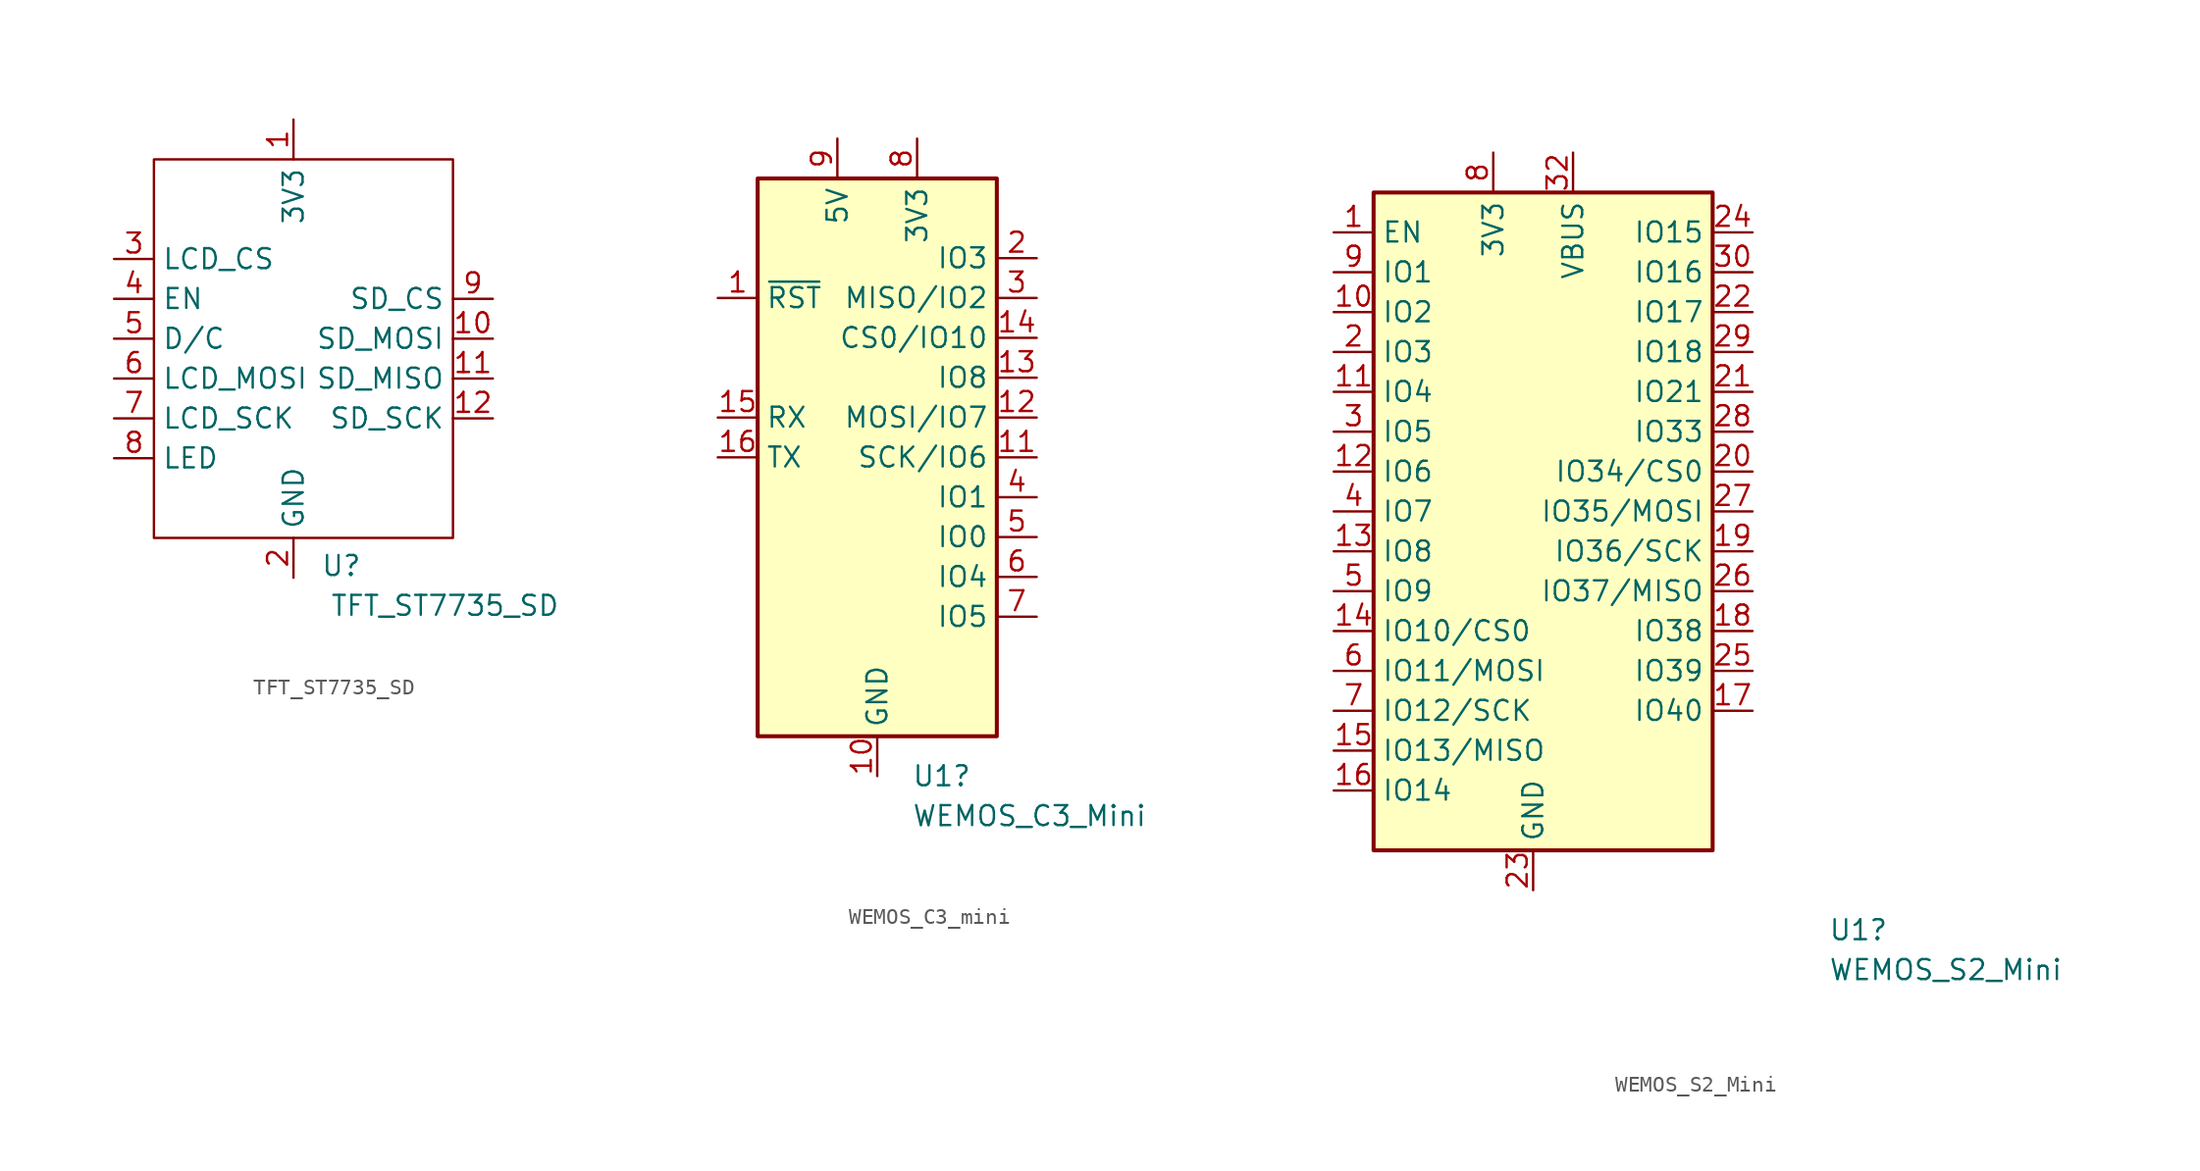
<source format=kicad_sym>
(kicad_symbol_lib
  (version 20240819)
  (generator "kicad_symbol_editor")
  (generator_version "8.99")
  (symbol "TFT_ST7735_SD"
    (property "Reference" "U"
      (at 6.858 -15.748 0)
      (effects (font (size 1.27 1.27))))
    (property "Value" "TFT_ST7735_SD"
      (at 13.462 -18.288 0)
      (effects (font (size 1.27 1.27))))
    (symbol "TFT_ST7735_SD_0_1"
      (rectangle (start -5.08 10.16) (end 13.97 -13.97) (stroke (width 0) (type default)) (fill (type none))))
    (symbol "TFT_ST7735_SD_1_1"
      (pin input line (at -7.62 3.81 0) (length 2.54) (name "LCD_CS" (effects (font (size 1.27 1.27)))) (number "3" (effects (font (size 1.27 1.27)))))
      (pin input line (at -7.62 1.27 0) (length 2.54) (name "EN" (effects (font (size 1.27 1.27)))) (number "4" (effects (font (size 1.27 1.27)))))
      (pin input line (at -7.62 -1.27 0) (length 2.54) (name "D/C" (effects (font (size 1.27 1.27)))) (number "5" (effects (font (size 1.27 1.27)))))
      (pin input line (at -7.62 -3.81 0) (length 2.54) (name "LCD_MOSI" (effects (font (size 1.27 1.27)))) (number "6" (effects (font (size 1.27 1.27)))))
      (pin input line (at -7.62 -6.35 0) (length 2.54) (name "LCD_SCK" (effects (font (size 1.27 1.27)))) (number "7" (effects (font (size 1.27 1.27)))))
      (pin power_in line (at -7.62 -8.89 0) (length 2.54) (name "LED" (effects (font (size 1.27 1.27)))) (number "8" (effects (font (size 1.27 1.27)))))
      (pin power_in line (at 3.81 12.7 270) (length 2.54) (name "3V3" (effects (font (size 1.27 1.27)))) (number "1" (effects (font (size 1.27 1.27)))))
      (pin power_in line (at 3.81 -16.51 90) (length 2.54) (name "GND" (effects (font (size 1.27 1.27)))) (number "2" (effects (font (size 1.27 1.27)))))
      (pin input line (at 16.51 1.27 180) (length 2.54) (name "SD_CS" (effects (font (size 1.27 1.27)))) (number "9" (effects (font (size 1.27 1.27)))))
      (pin input line (at 16.51 -1.27 180) (length 2.54) (name "SD_MOSI" (effects (font (size 1.27 1.27)))) (number "10" (effects (font (size 1.27 1.27)))))
      (pin output line (at 16.51 -3.81 180) (length 2.54) (name "SD_MISO" (effects (font (size 1.27 1.27)))) (number "11" (effects (font (size 1.27 1.27)))))
      (pin input line (at 16.51 -6.35 180) (length 2.54) (name "SD_SCK" (effects (font (size 1.27 1.27)))) (number "12" (effects (font (size 1.27 1.27)))))))
  (symbol "WEMOS_C3_mini"
    (property "Reference" "U1"
      (at 2.194 -20.32 0)
      (effects (font (size 1.27 1.27)) (justify left)))
    (property "Value" "WEMOS_C3_Mini"
      (at 2.194 -22.86 0)
      (effects (font (size 1.27 1.27)) (justify left)))
    (symbol "WEMOS_C3_mini_1_1"
      (rectangle (start -7.62 17.78) (end 7.62 -17.78) (stroke (width 0.254) (type default)) (fill (type background)))
      (pin input line (at -10.16 10.16 0) (length 2.54) (name "~{RST}" (effects (font (size 1.27 1.27)))) (number "1" (effects (font (size 1.27 1.27)))))
      (pin input line (at -10.16 2.54 0) (length 2.54) (name "RX" (effects (font (size 1.27 1.27)))) (number "15" (effects (font (size 1.27 1.27)))))
      (pin output line (at -10.16 0 0) (length 2.54) (name "TX" (effects (font (size 1.27 1.27)))) (number "16" (effects (font (size 1.27 1.27)))))
      (pin power_in line (at -2.54 20.32 270) (length 2.54) (name "5V" (effects (font (size 1.27 1.27)))) (number "9" (effects (font (size 1.27 1.27)))))
      (pin power_in line (at 0 -20.32 90) (length 2.54) (name "GND" (effects (font (size 1.27 1.27)))) (number "10" (effects (font (size 1.27 1.27)))))
      (pin power_out line (at 2.54 20.32 270) (length 2.54) (name "3V3" (effects (font (size 1.27 1.27)))) (number "8" (effects (font (size 1.27 1.27)))))
      (pin input line (at 10.16 12.7 180) (length 2.54) (name "IO3" (effects (font (size 1.27 1.27)))) (number "2" (effects (font (size 1.27 1.27)))))
      (pin bidirectional line (at 10.16 10.16 180) (length 2.54) (name "MISO/IO2" (effects (font (size 1.27 1.27)))) (number "3" (effects (font (size 1.27 1.27)))))
      (pin bidirectional line (at 10.16 7.62 180) (length 2.54) (name "CS0/IO10" (effects (font (size 1.27 1.27)))) (number "14" (effects (font (size 1.27 1.27)))))
      (pin bidirectional line (at 10.16 5.08 180) (length 2.54) (name "IO8" (effects (font (size 1.27 1.27)))) (number "13" (effects (font (size 1.27 1.27)))))
      (pin bidirectional line (at 10.16 2.54 180) (length 2.54) (name "MOSI/IO7" (effects (font (size 1.27 1.27)))) (number "12" (effects (font (size 1.27 1.27)))))
      (pin bidirectional line (at 10.16 0 180) (length 2.54) (name "SCK/IO6" (effects (font (size 1.27 1.27)))) (number "11" (effects (font (size 1.27 1.27)))))
      (pin bidirectional line (at 10.16 -2.54 180) (length 2.54) (name "IO1" (effects (font (size 1.27 1.27)))) (number "4" (effects (font (size 1.27 1.27)))))
      (pin bidirectional line (at 10.16 -5.08 180) (length 2.54) (name "IO0" (effects (font (size 1.27 1.27)))) (number "5" (effects (font (size 1.27 1.27)))))
      (pin bidirectional line (at 10.16 -7.62 180) (length 2.54) (name "IO4" (effects (font (size 1.27 1.27)))) (number "6" (effects (font (size 1.27 1.27)))))
      (pin bidirectional line (at 10.16 -10.16 180) (length 2.54) (name "IO5" (effects (font (size 1.27 1.27)))) (number "7" (effects (font (size 1.27 1.27)))))))
  (symbol "WEMOS_S2_Mini"
    (property "Reference" "U1"
      (at 21.336 -29.21 0)
      (effects (font (size 1.27 1.27)) (justify left)))
    (property "Value" "WEMOS_S2_Mini"
      (at 21.336 -31.75 0)
      (effects (font (size 1.27 1.27)) (justify left)))
    (symbol "WEMOS_S2_Mini_1_1"
      (rectangle (start -7.62 17.78) (end 13.97 -24.13) (stroke (width 0.254) (type default)) (fill (type background)))
      (pin input line (at -10.16 15.24 0) (length 2.54) (name "EN" (effects (font (size 1.27 1.27)))) (number "1" (effects (font (size 1.27 1.27)))))
      (pin bidirectional line (at -10.16 12.7 0) (length 2.54) (name "IO1" (effects (font (size 1.27 1.27)))) (number "9" (effects (font (size 1.27 1.27)))))
      (pin bidirectional line (at -10.16 10.16 0) (length 2.54) (name "IO2" (effects (font (size 1.27 1.27)))) (number "10" (effects (font (size 1.27 1.27)))))
      (pin bidirectional line (at -10.16 7.62 0) (length 2.54) (name "IO3" (effects (font (size 1.27 1.27)))) (number "2" (effects (font (size 1.27 1.27)))))
      (pin bidirectional line (at -10.16 5.08 0) (length 2.54) (name "IO4" (effects (font (size 1.27 1.27)))) (number "11" (effects (font (size 1.27 1.27)))))
      (pin bidirectional line (at -10.16 2.54 0) (length 2.54) (name "IO5" (effects (font (size 1.27 1.27)))) (number "3" (effects (font (size 1.27 1.27)))))
      (pin bidirectional line (at -10.16 0 0) (length 2.54) (name "IO6" (effects (font (size 1.27 1.27)))) (number "12" (effects (font (size 1.27 1.27)))))
      (pin bidirectional line (at -10.16 -2.54 0) (length 2.54) (name "IO7" (effects (font (size 1.27 1.27)))) (number "4" (effects (font (size 1.27 1.27)))))
      (pin bidirectional line (at -10.16 -5.08 0) (length 2.54) (name "IO8" (effects (font (size 1.27 1.27)))) (number "13" (effects (font (size 1.27 1.27)))))
      (pin bidirectional line (at -10.16 -7.62 0) (length 2.54) (name "IO9" (effects (font (size 1.27 1.27)))) (number "5" (effects (font (size 1.27 1.27)))))
      (pin bidirectional line (at -10.16 -10.16 0) (length 2.54) (name "IO10/CS0" (effects (font (size 1.27 1.27)))) (number "14" (effects (font (size 1.27 1.27)))))
      (pin bidirectional line (at -10.16 -12.7 0) (length 2.54) (name "IO11/MOSI" (effects (font (size 1.27 1.27)))) (number "6" (effects (font (size 1.27 1.27)))))
      (pin bidirectional line (at -10.16 -15.24 0) (length 2.54) (name "IO12/SCK" (effects (font (size 1.27 1.27)))) (number "7" (effects (font (size 1.27 1.27)))))
      (pin bidirectional line (at -10.16 -17.78 0) (length 2.54) (name "IO13/MISO" (effects (font (size 1.27 1.27)))) (number "15" (effects (font (size 1.27 1.27)))))
      (pin bidirectional line (at -10.16 -20.32 0) (length 2.54) (name "IO14" (effects (font (size 1.27 1.27)))) (number "16" (effects (font (size 1.27 1.27)))))
      (pin power_out line (at 0 20.32 270) (length 2.54) (name "3V3" (effects (font (size 1.27 1.27)))) (number "8" (effects (font (size 1.27 1.27)))))
      (pin power_out line (at 2.54 -26.67 90) (length 2.54) (name "GND" (effects (font (size 1.27 1.27)))) (number "23" (effects (font (size 1.27 1.27)))))
      (pin power_in line (at 5.08 20.32 270) (length 2.54) (name "VBUS" (effects (font (size 1.27 1.27)))) (number "32" (effects (font (size 1.27 1.27)))))
      (pin bidirectional line (at 16.51 15.24 180) (length 2.54) (name "IO15" (effects (font (size 1.27 1.27)))) (number "24" (effects (font (size 1.27 1.27)))))
      (pin bidirectional line (at 16.51 12.7 180) (length 2.54) (name "IO16" (effects (font (size 1.27 1.27)))) (number "30" (effects (font (size 1.27 1.27)))))
      (pin bidirectional line (at 16.51 10.16 180) (length 2.54) (name "IO17" (effects (font (size 1.27 1.27)))) (number "22" (effects (font (size 1.27 1.27)))))
      (pin bidirectional line (at 16.51 7.62 180) (length 2.54) (name "IO18" (effects (font (size 1.27 1.27)))) (number "29" (effects (font (size 1.27 1.27)))))
      (pin bidirectional line (at 16.51 5.08 180) (length 2.54) (name "IO21" (effects (font (size 1.27 1.27)))) (number "21" (effects (font (size 1.27 1.27)))))
      (pin bidirectional line (at 16.51 2.54 180) (length 2.54) (name "IO33" (effects (font (size 1.27 1.27)))) (number "28" (effects (font (size 1.27 1.27)))))
      (pin bidirectional line (at 16.51 0 180) (length 2.54) (name "IO34/CS0" (effects (font (size 1.27 1.27)))) (number "20" (effects (font (size 1.27 1.27)))))
      (pin bidirectional line (at 16.51 -2.54 180) (length 2.54) (name "IO35/MOSI" (effects (font (size 1.27 1.27)))) (number "27" (effects (font (size 1.27 1.27)))))
      (pin bidirectional line (at 16.51 -5.08 180) (length 2.54) (name "IO36/SCK" (effects (font (size 1.27 1.27)))) (number "19" (effects (font (size 1.27 1.27)))))
      (pin bidirectional line (at 16.51 -7.62 180) (length 2.54) (name "IO37/MISO" (effects (font (size 1.27 1.27)))) (number "26" (effects (font (size 1.27 1.27)))))
      (pin bidirectional line (at 16.51 -10.16 180) (length 2.54) (name "IO38" (effects (font (size 1.27 1.27)))) (number "18" (effects (font (size 1.27 1.27)))))
      (pin bidirectional line (at 16.51 -12.7 180) (length 2.54) (name "IO39" (effects (font (size 1.27 1.27)))) (number "25" (effects (font (size 1.27 1.27)))))
      (pin bidirectional line (at 16.51 -15.24 180) (length 2.54) (name "IO40" (effects (font (size 1.27 1.27)))) (number "17" (effects (font (size 1.27 1.27))))))))
</source>
